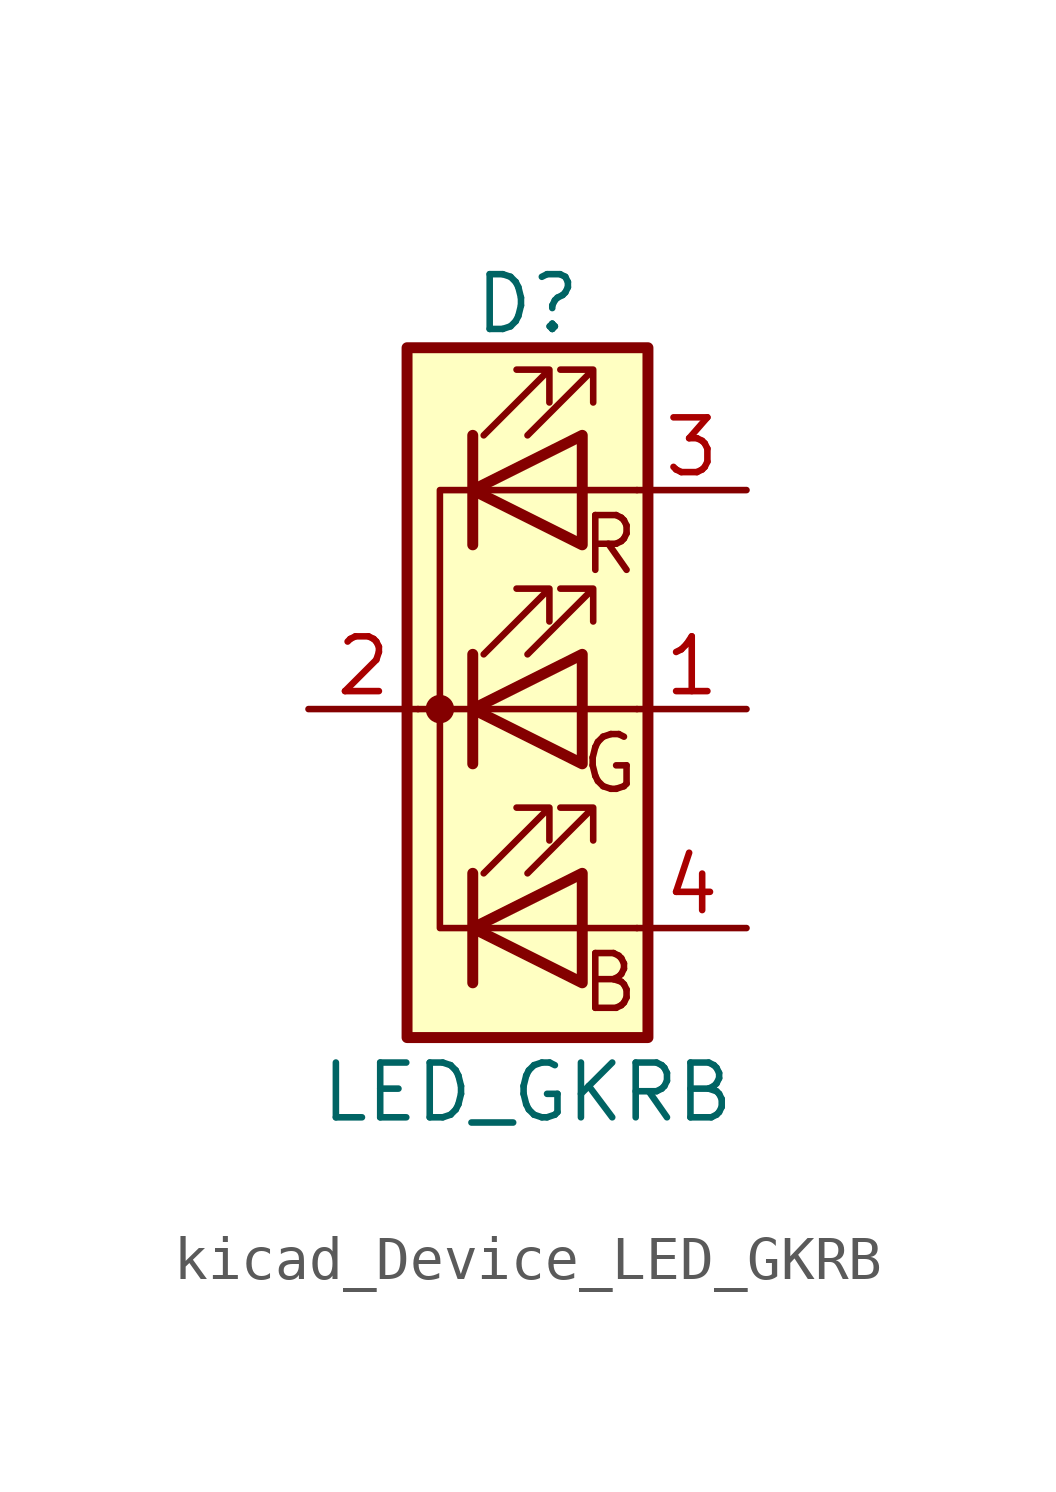
<source format=kicad_sym>
(kicad_symbol_lib
  (version 20220914)
  (generator kicad_symbol_editor)
  (symbol "kicad_Device_LED_GKRB"
    (pin_names
      (offset 0) hide)
    (property "Reference" "D"
      (at 0 9.398 0)
      (effects (font (size 1.27 1.27))))
    (property "Value" "LED_GKRB"
      (at 0 -8.89 0)
      (effects (font (size 1.27 1.27))))
    (symbol "kicad_Device_LED_GKRB_0_0"
      (text "B" (at 1.905 -6.35 0) (effects (font (size 1.27 1.27))))
      (text "G" (at 1.905 -1.27 0) (effects (font (size 1.27 1.27))))
      (text "R" (at 1.905 3.81 0) (effects (font (size 1.27 1.27)))))
    (symbol "kicad_Device_LED_GKRB_0_1"
      (circle (center -2.032 0) (radius 0.254) (stroke (width 0) (type default)) (fill (type outline)))
      (polyline (pts (xy -1.27 -5.08) (xy 1.27 -5.08)) (stroke (width 0) (type default)) (fill (type none)))
      (polyline (pts (xy -1.27 -3.81) (xy -1.27 -6.35)) (stroke (width 0.254) (type default)) (fill (type none)))
      (polyline (pts (xy -1.27 0) (xy -2.54 0)) (stroke (width 0) (type default)) (fill (type none)))
      (polyline (pts (xy -1.27 1.27) (xy -1.27 -1.27)) (stroke (width 0.254) (type default)) (fill (type none)))
      (polyline (pts (xy -1.27 5.08) (xy 1.27 5.08)) (stroke (width 0) (type default)) (fill (type none)))
      (polyline (pts (xy -1.27 6.35) (xy -1.27 3.81)) (stroke (width 0.254) (type default)) (fill (type none)))
      (polyline (pts (xy 1.27 -5.08) (xy 2.54 -5.08)) (stroke (width 0) (type default)) (fill (type none)))
      (polyline (pts (xy 1.27 0) (xy -1.27 0)) (stroke (width 0) (type default)) (fill (type none)))
      (polyline (pts (xy 1.27 0) (xy 2.54 0)) (stroke (width 0) (type default)) (fill (type none)))
      (polyline (pts (xy 1.27 5.08) (xy 2.54 5.08)) (stroke (width 0) (type default)) (fill (type none)))
      (polyline (pts (xy -1.27 1.27) (xy -1.27 -1.27) (xy -1.27 -1.27)) (stroke (width 0) (type default)) (fill (type none)))
      (polyline (pts (xy -1.27 6.35) (xy -1.27 3.81) (xy -1.27 3.81)) (stroke (width 0) (type default)) (fill (type none)))
      (polyline (pts (xy -1.27 5.08) (xy -2.032 5.08) (xy -2.032 -5.08) (xy -1.016 -5.08)) (stroke (width 0) (type default)) (fill (type none)))
      (polyline (pts (xy 1.27 -3.81) (xy 1.27 -6.35) (xy -1.27 -5.08) (xy 1.27 -3.81)) (stroke (width 0.254) (type default)) (fill (type none)))
      (polyline (pts (xy 1.27 1.27) (xy 1.27 -1.27) (xy -1.27 0) (xy 1.27 1.27)) (stroke (width 0.254) (type default)) (fill (type none)))
      (polyline (pts (xy 1.27 6.35) (xy 1.27 3.81) (xy -1.27 5.08) (xy 1.27 6.35)) (stroke (width 0.254) (type default)) (fill (type none)))
      (polyline (pts (xy -1.016 -3.81) (xy 0.508 -2.286) (xy -0.254 -2.286) (xy 0.508 -2.286) (xy 0.508 -3.048)) (stroke (width 0) (type default)) (fill (type none)))
      (polyline (pts (xy -1.016 1.27) (xy 0.508 2.794) (xy -0.254 2.794) (xy 0.508 2.794) (xy 0.508 2.032)) (stroke (width 0) (type default)) (fill (type none)))
      (polyline (pts (xy -1.016 6.35) (xy 0.508 7.874) (xy -0.254 7.874) (xy 0.508 7.874) (xy 0.508 7.112)) (stroke (width 0) (type default)) (fill (type none)))
      (polyline (pts (xy 0 -3.81) (xy 1.524 -2.286) (xy 0.762 -2.286) (xy 1.524 -2.286) (xy 1.524 -3.048)) (stroke (width 0) (type default)) (fill (type none)))
      (polyline (pts (xy 0 1.27) (xy 1.524 2.794) (xy 0.762 2.794) (xy 1.524 2.794) (xy 1.524 2.032)) (stroke (width 0) (type default)) (fill (type none)))
      (polyline (pts (xy 0 6.35) (xy 1.524 7.874) (xy 0.762 7.874) (xy 1.524 7.874) (xy 1.524 7.112)) (stroke (width 0) (type default)) (fill (type none)))
      (rectangle (start 1.27 -1.27) (end 1.27 1.27) (stroke (width 0) (type default)) (fill (type none)))
      (rectangle (start 1.27 1.27) (end 1.27 1.27) (stroke (width 0) (type default)) (fill (type none)))
      (rectangle (start 1.27 3.81) (end 1.27 6.35) (stroke (width 0) (type default)) (fill (type none)))
      (rectangle (start 1.27 6.35) (end 1.27 6.35) (stroke (width 0) (type default)) (fill (type none)))
      (rectangle (start 2.794 8.382) (end -2.794 -7.62) (stroke (width 0.254) (type default)) (fill (type background))))
    (symbol "kicad_Device_LED_GKRB_1_1"
      (pin passive line (at 5.08 0 180) (length 2.54) (name "GA" (effects (font (size 1.27 1.27)))) (number "1" (effects (font (size 1.27 1.27)))))
      (pin passive line (at -5.08 0 0) (length 2.54) (name "K" (effects (font (size 1.27 1.27)))) (number "2" (effects (font (size 1.27 1.27)))))
      (pin passive line (at 5.08 5.08 180) (length 2.54) (name "RA" (effects (font (size 1.27 1.27)))) (number "3" (effects (font (size 1.27 1.27)))))
      (pin passive line (at 5.08 -5.08 180) (length 2.54) (name "BA" (effects (font (size 1.27 1.27)))) (number "4" (effects (font (size 1.27 1.27))))))))
</source>
